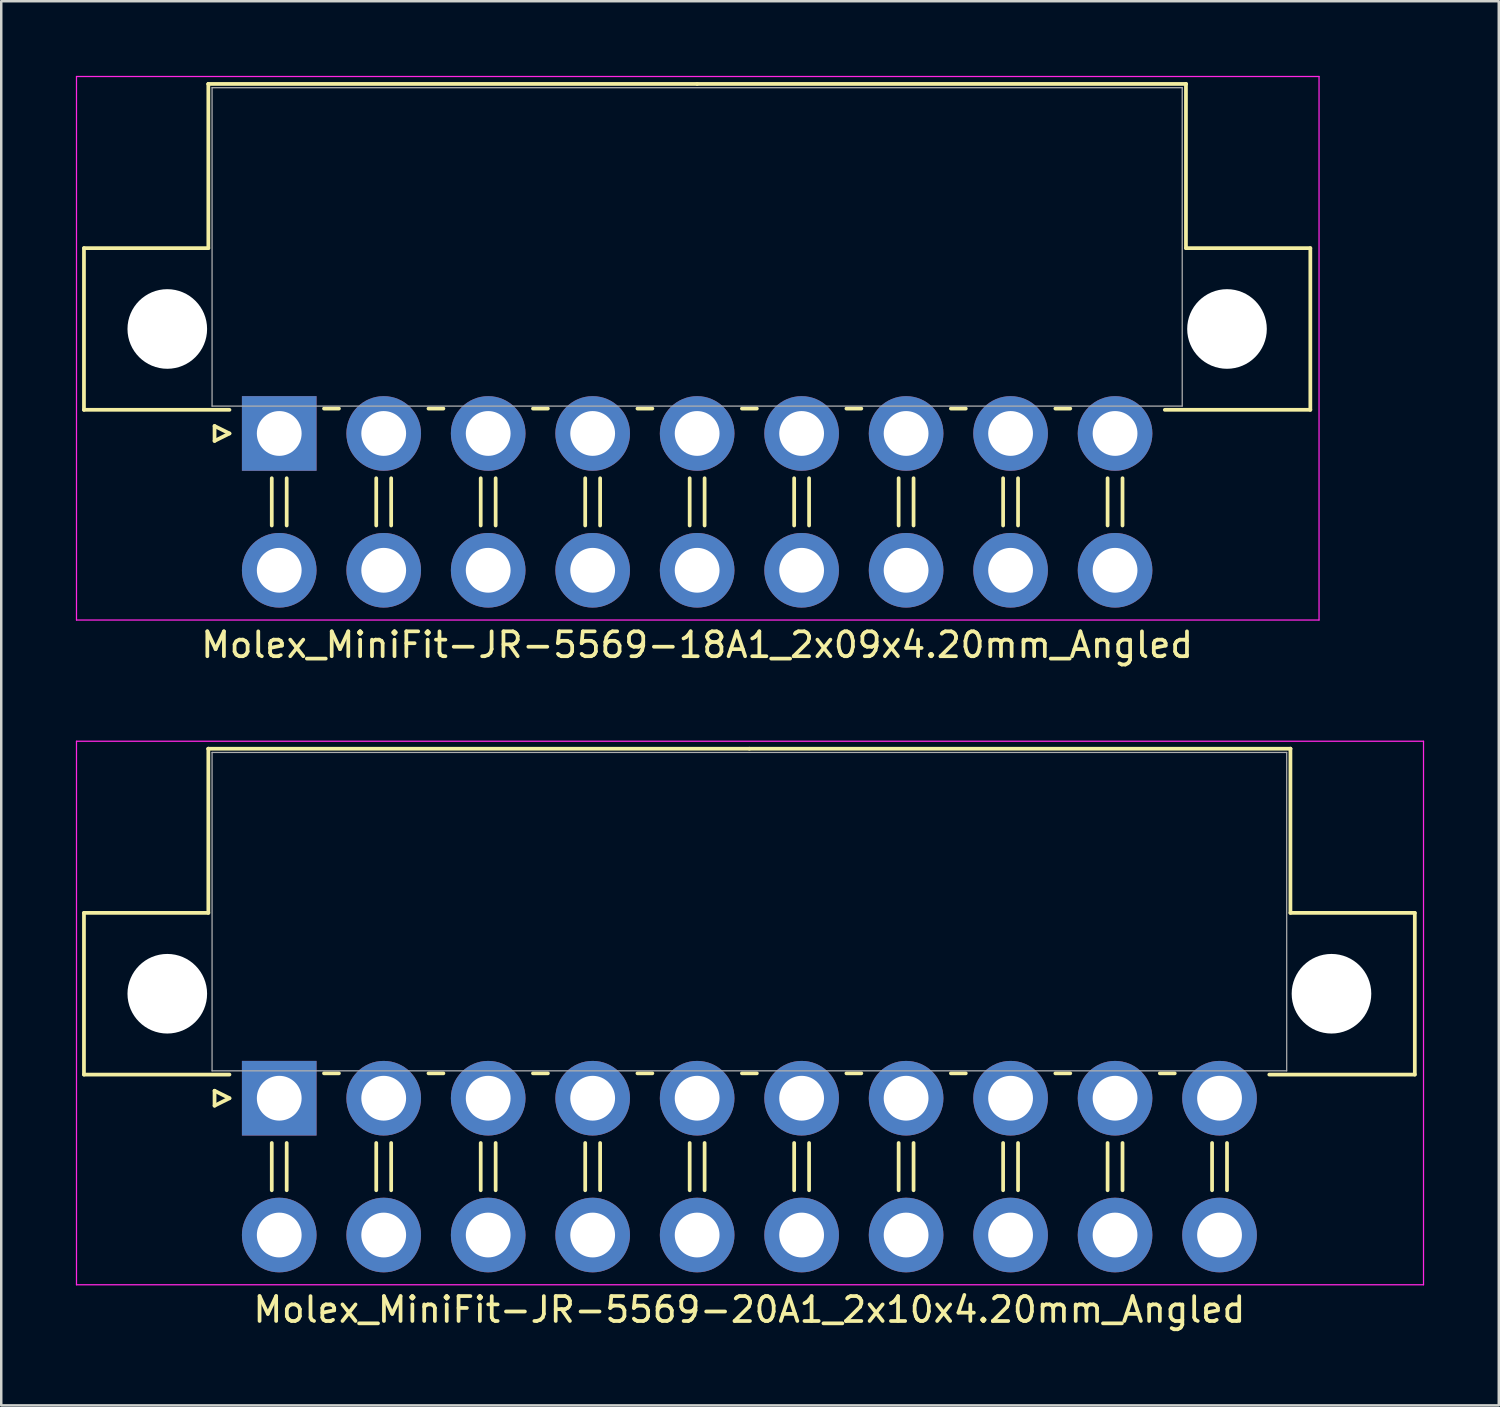
<source format=kicad_pcb>
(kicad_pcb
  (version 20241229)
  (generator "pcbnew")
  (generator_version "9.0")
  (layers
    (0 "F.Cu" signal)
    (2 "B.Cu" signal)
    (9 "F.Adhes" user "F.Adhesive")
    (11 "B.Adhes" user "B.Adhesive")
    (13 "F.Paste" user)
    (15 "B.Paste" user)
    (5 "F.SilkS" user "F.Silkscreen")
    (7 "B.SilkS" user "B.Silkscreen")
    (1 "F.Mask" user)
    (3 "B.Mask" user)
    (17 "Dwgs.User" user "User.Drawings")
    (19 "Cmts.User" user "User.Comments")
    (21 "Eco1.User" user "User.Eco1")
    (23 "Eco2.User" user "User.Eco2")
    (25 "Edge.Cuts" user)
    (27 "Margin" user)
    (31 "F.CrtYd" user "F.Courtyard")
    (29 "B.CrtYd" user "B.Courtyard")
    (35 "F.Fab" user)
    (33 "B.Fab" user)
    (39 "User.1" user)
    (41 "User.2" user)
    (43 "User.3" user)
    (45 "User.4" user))
  (footprint "Molex_MiniFit-JR-5569-18A1_2x09x4.20mm_Angled"
    (layer "F.Cu")
    (at 8.175 14.375)
    (property "Reference" "Molex_MiniFit-JR-5569-18A1_2x09x4.20mm_Angled" (at 16.8 8.5 0) (layer "F.SilkS") (effects (font (size 1 1) (thickness 0.15))))
    (attr through_hole)
    (fp_line (start -7.85 -7.45) (end -7.85 -0.95) (stroke (width 0.15) (type solid)) (layer "F.SilkS"))
    (fp_line (start -7.85 -0.95) (end -2 -0.95) (stroke (width 0.15) (type solid)) (layer "F.SilkS"))
    (fp_line (start -2.85 -14.05) (end -2.85 -14.05) (stroke (width 0.15) (type solid)) (layer "F.SilkS"))
    (fp_line (start -2.85 -14.05) (end -2.85 -7.45) (stroke (width 0.15) (type solid)) (layer "F.SilkS"))
    (fp_line (start -2.85 -7.45) (end -7.85 -7.45) (stroke (width 0.15) (type solid)) (layer "F.SilkS"))
    (fp_line (start -2.6 -0.3) (end -2 0) (stroke (width 0.15) (type solid)) (layer "F.SilkS"))
    (fp_line (start -2.6 0.3) (end -2.6 -0.3) (stroke (width 0.15) (type solid)) (layer "F.SilkS"))
    (fp_line (start -2 0) (end -2.6 0.3) (stroke (width 0.15) (type solid)) (layer "F.SilkS"))
    (fp_line (start -0.3 1.8) (end -0.3 3.7) (stroke (width 0.15) (type solid)) (layer "F.SilkS"))
    (fp_line (start 0.3 1.8) (end 0.3 3.7) (stroke (width 0.15) (type solid)) (layer "F.SilkS"))
    (fp_line (start 1.8 -1) (end 2.4 -1) (stroke (width 0.15) (type solid)) (layer "F.SilkS"))
    (fp_line (start 3.9 1.8) (end 3.9 3.7) (stroke (width 0.15) (type solid)) (layer "F.SilkS"))
    (fp_line (start 4.5 1.8) (end 4.5 3.7) (stroke (width 0.15) (type solid)) (layer "F.SilkS"))
    (fp_line (start 6 -1) (end 6.6 -1) (stroke (width 0.15) (type solid)) (layer "F.SilkS"))
    (fp_line (start 8.1 1.8) (end 8.1 3.7) (stroke (width 0.15) (type solid)) (layer "F.SilkS"))
    (fp_line (start 8.7 1.8) (end 8.7 3.7) (stroke (width 0.15) (type solid)) (layer "F.SilkS"))
    (fp_line (start 10.2 -1) (end 10.8 -1) (stroke (width 0.15) (type solid)) (layer "F.SilkS"))
    (fp_line (start 12.3 1.8) (end 12.3 3.7) (stroke (width 0.15) (type solid)) (layer "F.SilkS"))
    (fp_line (start 12.9 1.8) (end 12.9 3.7) (stroke (width 0.15) (type solid)) (layer "F.SilkS"))
    (fp_line (start 14.4 -1) (end 15 -1) (stroke (width 0.15) (type solid)) (layer "F.SilkS"))
    (fp_line (start 16.5 1.8) (end 16.5 3.7) (stroke (width 0.15) (type solid)) (layer "F.SilkS"))
    (fp_line (start 16.8 -14.05) (end -2.85 -14.05) (stroke (width 0.15) (type solid)) (layer "F.SilkS"))
    (fp_line (start 16.8 -14.05) (end 36.45 -14.05) (stroke (width 0.15) (type solid)) (layer "F.SilkS"))
    (fp_line (start 17.1 1.8) (end 17.1 3.7) (stroke (width 0.15) (type solid)) (layer "F.SilkS"))
    (fp_line (start 18.6 -1) (end 19.2 -1) (stroke (width 0.15) (type solid)) (layer "F.SilkS"))
    (fp_line (start 20.7 1.8) (end 20.7 3.7) (stroke (width 0.15) (type solid)) (layer "F.SilkS"))
    (fp_line (start 21.3 1.8) (end 21.3 3.7) (stroke (width 0.15) (type solid)) (layer "F.SilkS"))
    (fp_line (start 22.8 -1) (end 23.4 -1) (stroke (width 0.15) (type solid)) (layer "F.SilkS"))
    (fp_line (start 24.9 1.8) (end 24.9 3.7) (stroke (width 0.15) (type solid)) (layer "F.SilkS"))
    (fp_line (start 25.5 1.8) (end 25.5 3.7) (stroke (width 0.15) (type solid)) (layer "F.SilkS"))
    (fp_line (start 27 -1) (end 27.6 -1) (stroke (width 0.15) (type solid)) (layer "F.SilkS"))
    (fp_line (start 29.1 1.8) (end 29.1 3.7) (stroke (width 0.15) (type solid)) (layer "F.SilkS"))
    (fp_line (start 29.7 1.8) (end 29.7 3.7) (stroke (width 0.15) (type solid)) (layer "F.SilkS"))
    (fp_line (start 31.2 -1) (end 31.8 -1) (stroke (width 0.15) (type solid)) (layer "F.SilkS"))
    (fp_line (start 33.3 1.8) (end 33.3 3.7) (stroke (width 0.15) (type solid)) (layer "F.SilkS"))
    (fp_line (start 33.9 1.8) (end 33.9 3.7) (stroke (width 0.15) (type solid)) (layer "F.SilkS"))
    (fp_line (start 36.45 -14.05) (end 36.45 -14.05) (stroke (width 0.15) (type solid)) (layer "F.SilkS"))
    (fp_line (start 36.45 -14.05) (end 36.45 -7.45) (stroke (width 0.15) (type solid)) (layer "F.SilkS"))
    (fp_line (start 36.45 -7.45) (end 41.45 -7.45) (stroke (width 0.15) (type solid)) (layer "F.SilkS"))
    (fp_line (start 41.45 -7.45) (end 41.45 -0.95) (stroke (width 0.15) (type solid)) (layer "F.SilkS"))
    (fp_line (start 41.45 -0.95) (end 35.6 -0.95) (stroke (width 0.15) (type solid)) (layer "F.SilkS"))
    (fp_line (start -8.15 -14.35) (end -8.15 7.5) (stroke (width 0.05) (type solid)) (layer "F.CrtYd"))
    (fp_line (start -8.15 7.5) (end 41.8 7.5) (stroke (width 0.05) (type solid)) (layer "F.CrtYd"))
    (fp_line (start 41.8 -14.35) (end -8.15 -14.35) (stroke (width 0.05) (type solid)) (layer "F.CrtYd"))
    (fp_line (start 41.8 7.5) (end 41.8 -14.35) (stroke (width 0.05) (type solid)) (layer "F.CrtYd"))
    (fp_line (start -2.7 -13.9) (end -2.7 -1.1) (stroke (width 0.05) (type solid)) (layer "F.Fab"))
    (fp_line (start -2.7 -1.1) (end 36.3 -1.1) (stroke (width 0.05) (type solid)) (layer "F.Fab"))
    (fp_line (start 36.3 -13.9) (end -2.7 -13.9) (stroke (width 0.05) (type solid)) (layer "F.Fab"))
    (fp_line (start 36.3 -1.1) (end 36.3 -13.9) (stroke (width 0.05) (type solid)) (layer "F.Fab"))
    (pad "" np_thru_hole circle (at -4.5 -4.2) (size 3.2 3.2) (drill 3.2) (layers "*.Cu"))
    (pad "" np_thru_hole circle (at 38.1 -4.2) (size 3.2 3.2) (drill 3.2) (layers "*.Cu"))
    (pad "1" thru_hole rect (at 0 0) (size 3 3) (drill 1.8) (layers "*.Cu" "*.Mask"))
    (pad "2" thru_hole circle (at 4.2 0) (size 3 3) (drill 1.8) (layers "*.Cu" "*.Mask"))
    (pad "3" thru_hole circle (at 8.4 0) (size 3 3) (drill 1.8) (layers "*.Cu" "*.Mask"))
    (pad "4" thru_hole circle (at 12.6 0) (size 3 3) (drill 1.8) (layers "*.Cu" "*.Mask"))
    (pad "5" thru_hole circle (at 16.8 0) (size 3 3) (drill 1.8) (layers "*.Cu" "*.Mask"))
    (pad "6" thru_hole circle (at 21 0) (size 3 3) (drill 1.8) (layers "*.Cu" "*.Mask"))
    (pad "7" thru_hole circle (at 25.2 0) (size 3 3) (drill 1.8) (layers "*.Cu" "*.Mask"))
    (pad "8" thru_hole circle (at 29.4 0) (size 3 3) (drill 1.8) (layers "*.Cu" "*.Mask"))
    (pad "9" thru_hole circle (at 33.6 0) (size 3 3) (drill 1.8) (layers "*.Cu" "*.Mask"))
    (pad "10" thru_hole circle (at 0 5.5) (size 3 3) (drill 1.8) (layers "*.Cu" "*.Mask"))
    (pad "11" thru_hole circle (at 4.2 5.5) (size 3 3) (drill 1.8) (layers "*.Cu" "*.Mask"))
    (pad "12" thru_hole circle (at 8.4 5.5) (size 3 3) (drill 1.8) (layers "*.Cu" "*.Mask"))
    (pad "13" thru_hole circle (at 12.6 5.5) (size 3 3) (drill 1.8) (layers "*.Cu" "*.Mask"))
    (pad "14" thru_hole circle (at 16.8 5.5) (size 3 3) (drill 1.8) (layers "*.Cu" "*.Mask"))
    (pad "15" thru_hole circle (at 21 5.5) (size 3 3) (drill 1.8) (layers "*.Cu" "*.Mask"))
    (pad "16" thru_hole circle (at 25.2 5.5) (size 3 3) (drill 1.8) (layers "*.Cu" "*.Mask"))
    (pad "17" thru_hole circle (at 29.4 5.5) (size 3 3) (drill 1.8) (layers "*.Cu" "*.Mask"))
    (pad "18" thru_hole circle (at 33.6 5.5) (size 3 3) (drill 1.8) (layers "*.Cu" "*.Mask")))
  (footprint "Molex_MiniFit-JR-5569-20A1_2x10x4.20mm_Angled"
    (layer "F.Cu")
    (at 8.175 41.098)
    (property "Reference" "Molex_MiniFit-JR-5569-20A1_2x10x4.20mm_Angled" (at 18.9 8.5 0) (layer "F.SilkS") (effects (font (size 1 1) (thickness 0.15))))
    (attr through_hole)
    (fp_line (start -7.85 -7.45) (end -7.85 -0.95) (stroke (width 0.15) (type solid)) (layer "F.SilkS"))
    (fp_line (start -7.85 -0.95) (end -2 -0.95) (stroke (width 0.15) (type solid)) (layer "F.SilkS"))
    (fp_line (start -2.85 -14.05) (end -2.85 -14.05) (stroke (width 0.15) (type solid)) (layer "F.SilkS"))
    (fp_line (start -2.85 -14.05) (end -2.85 -7.45) (stroke (width 0.15) (type solid)) (layer "F.SilkS"))
    (fp_line (start -2.85 -7.45) (end -7.85 -7.45) (stroke (width 0.15) (type solid)) (layer "F.SilkS"))
    (fp_line (start -2.6 -0.3) (end -2 0) (stroke (width 0.15) (type solid)) (layer "F.SilkS"))
    (fp_line (start -2.6 0.3) (end -2.6 -0.3) (stroke (width 0.15) (type solid)) (layer "F.SilkS"))
    (fp_line (start -2 0) (end -2.6 0.3) (stroke (width 0.15) (type solid)) (layer "F.SilkS"))
    (fp_line (start -0.3 1.8) (end -0.3 3.7) (stroke (width 0.15) (type solid)) (layer "F.SilkS"))
    (fp_line (start 0.3 1.8) (end 0.3 3.7) (stroke (width 0.15) (type solid)) (layer "F.SilkS"))
    (fp_line (start 1.8 -1) (end 2.4 -1) (stroke (width 0.15) (type solid)) (layer "F.SilkS"))
    (fp_line (start 3.9 1.8) (end 3.9 3.7) (stroke (width 0.15) (type solid)) (layer "F.SilkS"))
    (fp_line (start 4.5 1.8) (end 4.5 3.7) (stroke (width 0.15) (type solid)) (layer "F.SilkS"))
    (fp_line (start 6 -1) (end 6.6 -1) (stroke (width 0.15) (type solid)) (layer "F.SilkS"))
    (fp_line (start 8.1 1.8) (end 8.1 3.7) (stroke (width 0.15) (type solid)) (layer "F.SilkS"))
    (fp_line (start 8.7 1.8) (end 8.7 3.7) (stroke (width 0.15) (type solid)) (layer "F.SilkS"))
    (fp_line (start 10.2 -1) (end 10.8 -1) (stroke (width 0.15) (type solid)) (layer "F.SilkS"))
    (fp_line (start 12.3 1.8) (end 12.3 3.7) (stroke (width 0.15) (type solid)) (layer "F.SilkS"))
    (fp_line (start 12.9 1.8) (end 12.9 3.7) (stroke (width 0.15) (type solid)) (layer "F.SilkS"))
    (fp_line (start 14.4 -1) (end 15 -1) (stroke (width 0.15) (type solid)) (layer "F.SilkS"))
    (fp_line (start 16.5 1.8) (end 16.5 3.7) (stroke (width 0.15) (type solid)) (layer "F.SilkS"))
    (fp_line (start 17.1 1.8) (end 17.1 3.7) (stroke (width 0.15) (type solid)) (layer "F.SilkS"))
    (fp_line (start 18.6 -1) (end 19.2 -1) (stroke (width 0.15) (type solid)) (layer "F.SilkS"))
    (fp_line (start 18.9 -14.05) (end -2.85 -14.05) (stroke (width 0.15) (type solid)) (layer "F.SilkS"))
    (fp_line (start 18.9 -14.05) (end 40.65 -14.05) (stroke (width 0.15) (type solid)) (layer "F.SilkS"))
    (fp_line (start 20.7 1.8) (end 20.7 3.7) (stroke (width 0.15) (type solid)) (layer "F.SilkS"))
    (fp_line (start 21.3 1.8) (end 21.3 3.7) (stroke (width 0.15) (type solid)) (layer "F.SilkS"))
    (fp_line (start 22.8 -1) (end 23.4 -1) (stroke (width 0.15) (type solid)) (layer "F.SilkS"))
    (fp_line (start 24.9 1.8) (end 24.9 3.7) (stroke (width 0.15) (type solid)) (layer "F.SilkS"))
    (fp_line (start 25.5 1.8) (end 25.5 3.7) (stroke (width 0.15) (type solid)) (layer "F.SilkS"))
    (fp_line (start 27 -1) (end 27.6 -1) (stroke (width 0.15) (type solid)) (layer "F.SilkS"))
    (fp_line (start 29.1 1.8) (end 29.1 3.7) (stroke (width 0.15) (type solid)) (layer "F.SilkS"))
    (fp_line (start 29.7 1.8) (end 29.7 3.7) (stroke (width 0.15) (type solid)) (layer "F.SilkS"))
    (fp_line (start 31.2 -1) (end 31.8 -1) (stroke (width 0.15) (type solid)) (layer "F.SilkS"))
    (fp_line (start 33.3 1.8) (end 33.3 3.7) (stroke (width 0.15) (type solid)) (layer "F.SilkS"))
    (fp_line (start 33.9 1.8) (end 33.9 3.7) (stroke (width 0.15) (type solid)) (layer "F.SilkS"))
    (fp_line (start 35.4 -1) (end 36 -1) (stroke (width 0.15) (type solid)) (layer "F.SilkS"))
    (fp_line (start 37.5 1.8) (end 37.5 3.7) (stroke (width 0.15) (type solid)) (layer "F.SilkS"))
    (fp_line (start 38.1 1.8) (end 38.1 3.7) (stroke (width 0.15) (type solid)) (layer "F.SilkS"))
    (fp_line (start 40.65 -14.05) (end 40.65 -14.05) (stroke (width 0.15) (type solid)) (layer "F.SilkS"))
    (fp_line (start 40.65 -14.05) (end 40.65 -7.45) (stroke (width 0.15) (type solid)) (layer "F.SilkS"))
    (fp_line (start 40.65 -7.45) (end 45.65 -7.45) (stroke (width 0.15) (type solid)) (layer "F.SilkS"))
    (fp_line (start 45.65 -7.45) (end 45.65 -0.95) (stroke (width 0.15) (type solid)) (layer "F.SilkS"))
    (fp_line (start 45.65 -0.95) (end 39.8 -0.95) (stroke (width 0.15) (type solid)) (layer "F.SilkS"))
    (fp_line (start -8.15 -14.35) (end -8.15 7.5) (stroke (width 0.05) (type solid)) (layer "F.CrtYd"))
    (fp_line (start -8.15 7.5) (end 46 7.5) (stroke (width 0.05) (type solid)) (layer "F.CrtYd"))
    (fp_line (start 46 -14.35) (end -8.15 -14.35) (stroke (width 0.05) (type solid)) (layer "F.CrtYd"))
    (fp_line (start 46 7.5) (end 46 -14.35) (stroke (width 0.05) (type solid)) (layer "F.CrtYd"))
    (fp_line (start -2.7 -13.9) (end -2.7 -1.1) (stroke (width 0.05) (type solid)) (layer "F.Fab"))
    (fp_line (start -2.7 -1.1) (end 40.5 -1.1) (stroke (width 0.05) (type solid)) (layer "F.Fab"))
    (fp_line (start 40.5 -13.9) (end -2.7 -13.9) (stroke (width 0.05) (type solid)) (layer "F.Fab"))
    (fp_line (start 40.5 -1.1) (end 40.5 -13.9) (stroke (width 0.05) (type solid)) (layer "F.Fab"))
    (pad "" np_thru_hole circle (at -4.5 -4.2) (size 3.2 3.2) (drill 3.2) (layers "*.Cu"))
    (pad "" np_thru_hole circle (at 42.3 -4.2) (size 3.2 3.2) (drill 3.2) (layers "*.Cu"))
    (pad "1" thru_hole rect (at 0 0) (size 3 3) (drill 1.8) (layers "*.Cu" "*.Mask"))
    (pad "2" thru_hole circle (at 4.2 0) (size 3 3) (drill 1.8) (layers "*.Cu" "*.Mask"))
    (pad "3" thru_hole circle (at 8.4 0) (size 3 3) (drill 1.8) (layers "*.Cu" "*.Mask"))
    (pad "4" thru_hole circle (at 12.6 0) (size 3 3) (drill 1.8) (layers "*.Cu" "*.Mask"))
    (pad "5" thru_hole circle (at 16.8 0) (size 3 3) (drill 1.8) (layers "*.Cu" "*.Mask"))
    (pad "6" thru_hole circle (at 21 0) (size 3 3) (drill 1.8) (layers "*.Cu" "*.Mask"))
    (pad "7" thru_hole circle (at 25.2 0) (size 3 3) (drill 1.8) (layers "*.Cu" "*.Mask"))
    (pad "8" thru_hole circle (at 29.4 0) (size 3 3) (drill 1.8) (layers "*.Cu" "*.Mask"))
    (pad "9" thru_hole circle (at 33.6 0) (size 3 3) (drill 1.8) (layers "*.Cu" "*.Mask"))
    (pad "10" thru_hole circle (at 37.8 0) (size 3 3) (drill 1.8) (layers "*.Cu" "*.Mask"))
    (pad "11" thru_hole circle (at 0 5.5) (size 3 3) (drill 1.8) (layers "*.Cu" "*.Mask"))
    (pad "12" thru_hole circle (at 4.2 5.5) (size 3 3) (drill 1.8) (layers "*.Cu" "*.Mask"))
    (pad "13" thru_hole circle (at 8.4 5.5) (size 3 3) (drill 1.8) (layers "*.Cu" "*.Mask"))
    (pad "14" thru_hole circle (at 12.6 5.5) (size 3 3) (drill 1.8) (layers "*.Cu" "*.Mask"))
    (pad "15" thru_hole circle (at 16.8 5.5) (size 3 3) (drill 1.8) (layers "*.Cu" "*.Mask"))
    (pad "16" thru_hole circle (at 21 5.5) (size 3 3) (drill 1.8) (layers "*.Cu" "*.Mask"))
    (pad "17" thru_hole circle (at 25.2 5.5) (size 3 3) (drill 1.8) (layers "*.Cu" "*.Mask"))
    (pad "18" thru_hole circle (at 29.4 5.5) (size 3 3) (drill 1.8) (layers "*.Cu" "*.Mask"))
    (pad "19" thru_hole circle (at 33.6 5.5) (size 3 3) (drill 1.8) (layers "*.Cu" "*.Mask"))
    (pad "20" thru_hole circle (at 37.8 5.5) (size 3 3) (drill 1.8) (layers "*.Cu" "*.Mask")))
  (gr_rect
    (start -3 -3)
    (end 57.2 53.447)
    (stroke (width 0.1) (type default))
    (fill no)
    (layer "Edge.Cuts")))
</source>
